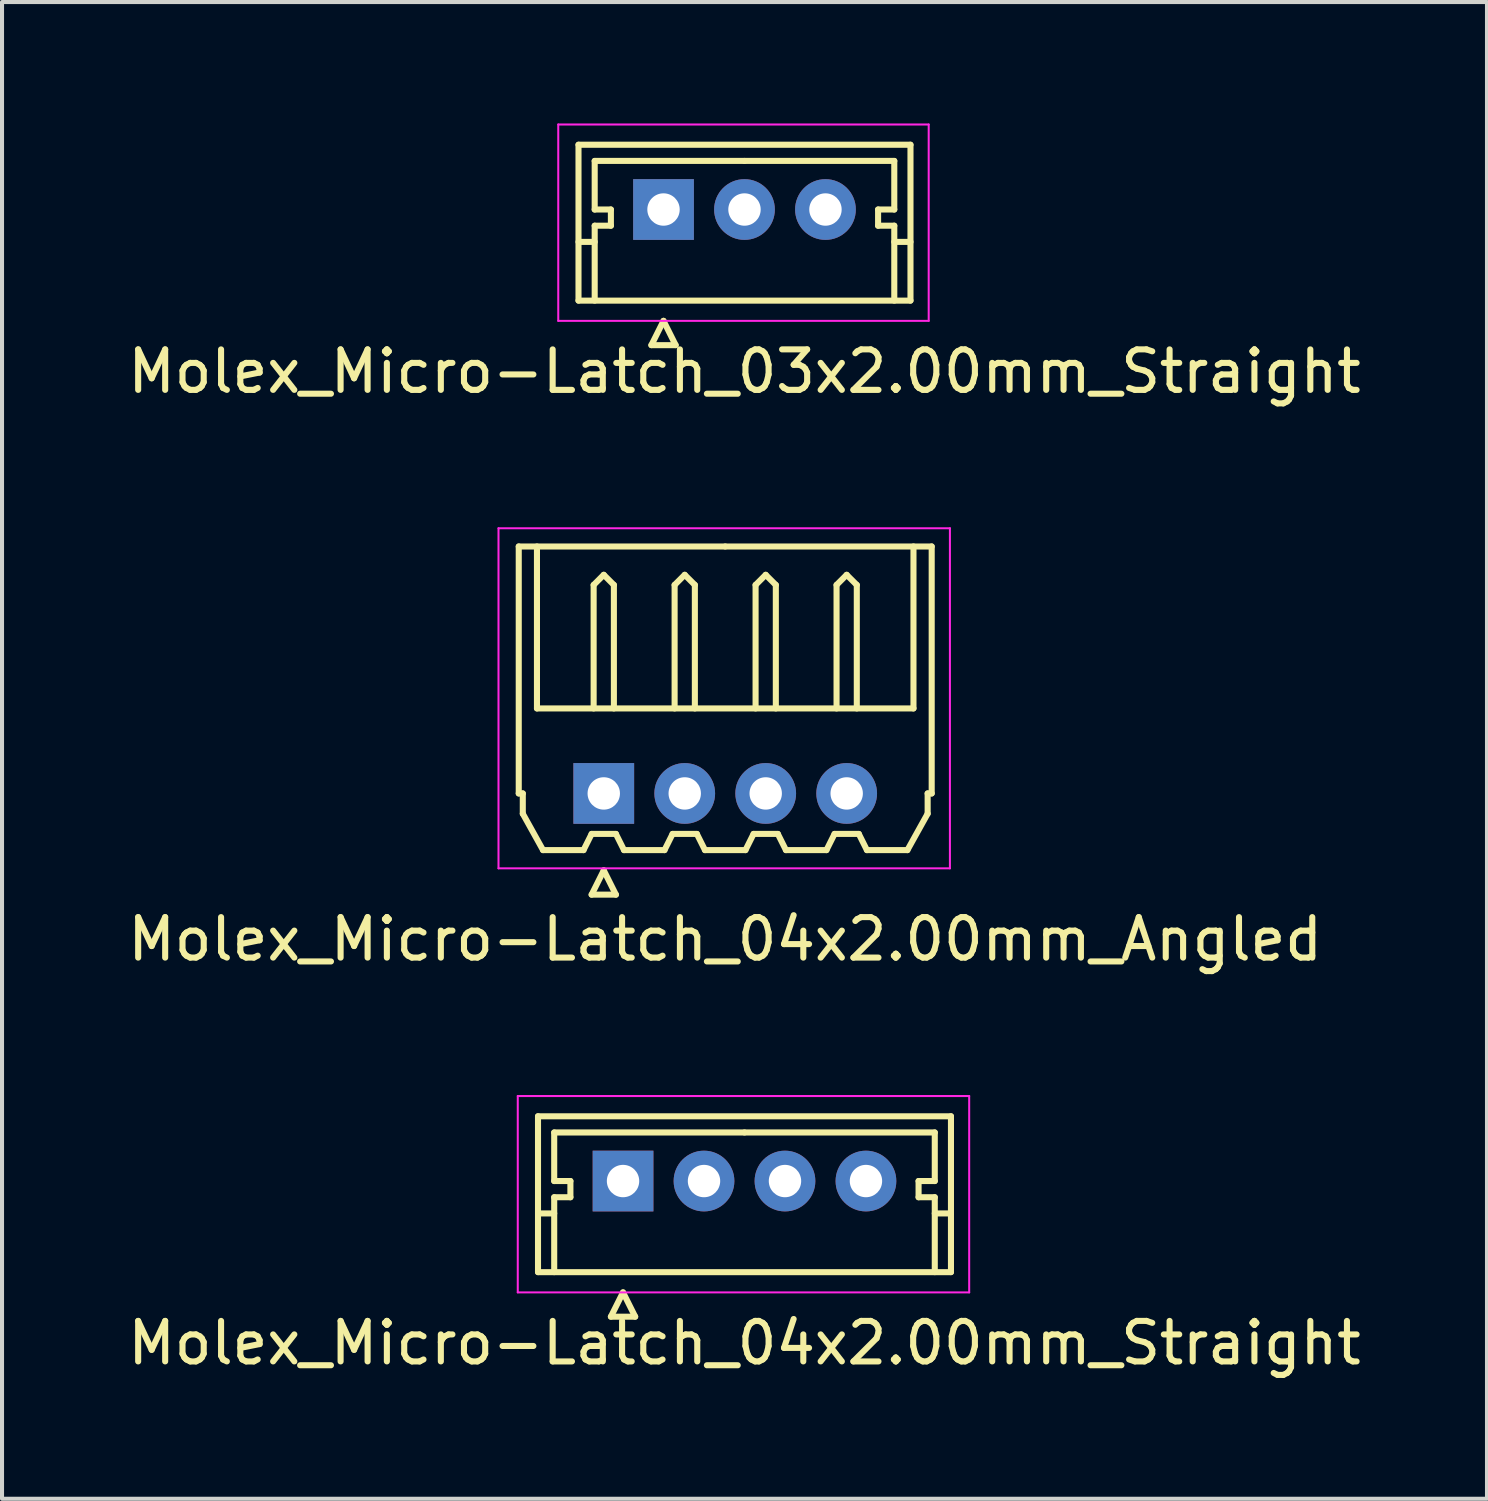
<source format=kicad_pcb>
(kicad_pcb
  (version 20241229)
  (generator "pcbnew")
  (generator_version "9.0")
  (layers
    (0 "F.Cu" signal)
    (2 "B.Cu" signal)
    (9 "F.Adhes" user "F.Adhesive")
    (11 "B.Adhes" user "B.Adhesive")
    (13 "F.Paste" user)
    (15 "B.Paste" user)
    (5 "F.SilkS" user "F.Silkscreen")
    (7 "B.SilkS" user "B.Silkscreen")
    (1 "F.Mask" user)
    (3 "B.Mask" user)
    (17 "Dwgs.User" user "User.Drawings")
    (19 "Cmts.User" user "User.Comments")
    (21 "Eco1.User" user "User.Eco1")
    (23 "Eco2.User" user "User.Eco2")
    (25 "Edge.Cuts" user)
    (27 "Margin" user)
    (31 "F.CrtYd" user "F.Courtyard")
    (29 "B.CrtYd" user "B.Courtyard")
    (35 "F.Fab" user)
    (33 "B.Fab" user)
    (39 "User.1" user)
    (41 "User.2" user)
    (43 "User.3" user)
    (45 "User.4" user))
  (footprint "Molex_Micro-Latch_03x2.00mm_Straight"
    (layer "F.Cu")
    (at 13.339 2.125)
    (property "Reference" "Molex_Micro-Latch_03x2.00mm_Straight" (at 2 4 0) (layer "F.SilkS") (effects (font (size 1 1) (thickness 0.15))))
    (attr through_hole)
    (fp_line (start -2.1 -1.6) (end -2.1 2.25) (stroke (width 0.15) (type solid)) (layer "F.SilkS"))
    (fp_line (start -2.1 0.8) (end -1.7 0.8) (stroke (width 0.15) (type solid)) (layer "F.SilkS"))
    (fp_line (start -2.1 2.25) (end 6.1 2.25) (stroke (width 0.15) (type solid)) (layer "F.SilkS"))
    (fp_line (start -1.7 -1.2) (end -1.7 0) (stroke (width 0.15) (type solid)) (layer "F.SilkS"))
    (fp_line (start -1.7 0) (end -1.3 0) (stroke (width 0.15) (type solid)) (layer "F.SilkS"))
    (fp_line (start -1.7 0.4) (end -1.7 2.25) (stroke (width 0.15) (type solid)) (layer "F.SilkS"))
    (fp_line (start -1.3 0) (end -1.3 0.4) (stroke (width 0.15) (type solid)) (layer "F.SilkS"))
    (fp_line (start -1.3 0.4) (end -1.7 0.4) (stroke (width 0.15) (type solid)) (layer "F.SilkS"))
    (fp_line (start -0.3 3.35) (end 0.3 3.35) (stroke (width 0.15) (type solid)) (layer "F.SilkS"))
    (fp_line (start 0 2.75) (end -0.3 3.35) (stroke (width 0.15) (type solid)) (layer "F.SilkS"))
    (fp_line (start 0.3 3.35) (end 0 2.75) (stroke (width 0.15) (type solid)) (layer "F.SilkS"))
    (fp_line (start 2 -1.2) (end -1.7 -1.2) (stroke (width 0.15) (type solid)) (layer "F.SilkS"))
    (fp_line (start 2 -1.2) (end 5.7 -1.2) (stroke (width 0.15) (type solid)) (layer "F.SilkS"))
    (fp_line (start 5.3 0) (end 5.3 0.4) (stroke (width 0.15) (type solid)) (layer "F.SilkS"))
    (fp_line (start 5.3 0.4) (end 5.7 0.4) (stroke (width 0.15) (type solid)) (layer "F.SilkS"))
    (fp_line (start 5.7 -1.2) (end 5.7 0) (stroke (width 0.15) (type solid)) (layer "F.SilkS"))
    (fp_line (start 5.7 0) (end 5.3 0) (stroke (width 0.15) (type solid)) (layer "F.SilkS"))
    (fp_line (start 5.7 0.4) (end 5.7 2.25) (stroke (width 0.15) (type solid)) (layer "F.SilkS"))
    (fp_line (start 6.1 -1.6) (end -2.1 -1.6) (stroke (width 0.15) (type solid)) (layer "F.SilkS"))
    (fp_line (start 6.1 0.8) (end 5.7 0.8) (stroke (width 0.15) (type solid)) (layer "F.SilkS"))
    (fp_line (start 6.1 2.25) (end 6.1 -1.6) (stroke (width 0.15) (type solid)) (layer "F.SilkS"))
    (fp_line (start -2.6 -2.1) (end -2.6 2.75) (stroke (width 0.05) (type solid)) (layer "F.CrtYd"))
    (fp_line (start -2.6 2.75) (end 6.55 2.75) (stroke (width 0.05) (type solid)) (layer "F.CrtYd"))
    (fp_line (start 6.55 -2.1) (end -2.6 -2.1) (stroke (width 0.05) (type solid)) (layer "F.CrtYd"))
    (fp_line (start 6.55 2.75) (end 6.55 -2.1) (stroke (width 0.05) (type solid)) (layer "F.CrtYd"))
    (pad "1" thru_hole rect (at 0 0) (size 1.5 1.5) (drill 0.8) (layers "*.Cu" "*.Mask"))
    (pad "2" thru_hole circle (at 2 0) (size 1.5 1.5) (drill 0.8) (layers "*.Cu" "*.Mask"))
    (pad "3" thru_hole circle (at 4 0) (size 1.5 1.5) (drill 0.8) (layers "*.Cu" "*.Mask")))
  (footprint "Molex_Micro-Latch_04x2.00mm_Straight"
    (layer "F.Cu")
    (at 12.339 26.122)
    (property "Reference" "Molex_Micro-Latch_04x2.00mm_Straight" (at 3 4 0) (layer "F.SilkS") (effects (font (size 1 1) (thickness 0.15))))
    (attr through_hole)
    (fp_line (start -2.1 -1.6) (end -2.1 2.25) (stroke (width 0.15) (type solid)) (layer "F.SilkS"))
    (fp_line (start -2.1 0.8) (end -1.7 0.8) (stroke (width 0.15) (type solid)) (layer "F.SilkS"))
    (fp_line (start -2.1 2.25) (end 8.1 2.25) (stroke (width 0.15) (type solid)) (layer "F.SilkS"))
    (fp_line (start -1.7 -1.2) (end -1.7 0) (stroke (width 0.15) (type solid)) (layer "F.SilkS"))
    (fp_line (start -1.7 0) (end -1.3 0) (stroke (width 0.15) (type solid)) (layer "F.SilkS"))
    (fp_line (start -1.7 0.4) (end -1.7 2.25) (stroke (width 0.15) (type solid)) (layer "F.SilkS"))
    (fp_line (start -1.3 0) (end -1.3 0.4) (stroke (width 0.15) (type solid)) (layer "F.SilkS"))
    (fp_line (start -1.3 0.4) (end -1.7 0.4) (stroke (width 0.15) (type solid)) (layer "F.SilkS"))
    (fp_line (start -0.3 3.35) (end 0.3 3.35) (stroke (width 0.15) (type solid)) (layer "F.SilkS"))
    (fp_line (start 0 2.75) (end -0.3 3.35) (stroke (width 0.15) (type solid)) (layer "F.SilkS"))
    (fp_line (start 0.3 3.35) (end 0 2.75) (stroke (width 0.15) (type solid)) (layer "F.SilkS"))
    (fp_line (start 3 -1.2) (end -1.7 -1.2) (stroke (width 0.15) (type solid)) (layer "F.SilkS"))
    (fp_line (start 3 -1.2) (end 7.7 -1.2) (stroke (width 0.15) (type solid)) (layer "F.SilkS"))
    (fp_line (start 7.3 0) (end 7.3 0.4) (stroke (width 0.15) (type solid)) (layer "F.SilkS"))
    (fp_line (start 7.3 0.4) (end 7.7 0.4) (stroke (width 0.15) (type solid)) (layer "F.SilkS"))
    (fp_line (start 7.7 -1.2) (end 7.7 0) (stroke (width 0.15) (type solid)) (layer "F.SilkS"))
    (fp_line (start 7.7 0) (end 7.3 0) (stroke (width 0.15) (type solid)) (layer "F.SilkS"))
    (fp_line (start 7.7 0.4) (end 7.7 2.25) (stroke (width 0.15) (type solid)) (layer "F.SilkS"))
    (fp_line (start 8.1 -1.6) (end -2.1 -1.6) (stroke (width 0.15) (type solid)) (layer "F.SilkS"))
    (fp_line (start 8.1 0.8) (end 7.7 0.8) (stroke (width 0.15) (type solid)) (layer "F.SilkS"))
    (fp_line (start 8.1 2.25) (end 8.1 -1.6) (stroke (width 0.15) (type solid)) (layer "F.SilkS"))
    (fp_line (start -2.6 -2.1) (end -2.6 2.75) (stroke (width 0.05) (type solid)) (layer "F.CrtYd"))
    (fp_line (start -2.6 2.75) (end 8.55 2.75) (stroke (width 0.05) (type solid)) (layer "F.CrtYd"))
    (fp_line (start 8.55 -2.1) (end -2.6 -2.1) (stroke (width 0.05) (type solid)) (layer "F.CrtYd"))
    (fp_line (start 8.55 2.75) (end 8.55 -2.1) (stroke (width 0.05) (type solid)) (layer "F.CrtYd"))
    (pad "1" thru_hole rect (at 0 0) (size 1.5 1.5) (drill 0.8) (layers "*.Cu" "*.Mask"))
    (pad "2" thru_hole circle (at 2 0) (size 1.5 1.5) (drill 0.8) (layers "*.Cu" "*.Mask"))
    (pad "3" thru_hole circle (at 4 0) (size 1.5 1.5) (drill 0.8) (layers "*.Cu" "*.Mask"))
    (pad "4" thru_hole circle (at 6 0) (size 1.5 1.5) (drill 0.8) (layers "*.Cu" "*.Mask")))
  (footprint "Molex_Micro-Latch_04x2.00mm_Angled"
    (layer "F.Cu")
    (at 11.863 16.548)
    (property "Reference" "Molex_Micro-Latch_04x2.00mm_Angled" (at 3 3.6 0) (layer "F.SilkS") (effects (font (size 1 1) (thickness 0.15))))
    (attr through_hole)
    (fp_line (start -2.1 -6.1) (end 3 -6.1) (stroke (width 0.15) (type solid)) (layer "F.SilkS"))
    (fp_line (start -2.1 0) (end -2.1 -6.1) (stroke (width 0.15) (type solid)) (layer "F.SilkS"))
    (fp_line (start -2 0) (end -2.1 0) (stroke (width 0.15) (type solid)) (layer "F.SilkS"))
    (fp_line (start -2 0.5) (end -2 0) (stroke (width 0.15) (type solid)) (layer "F.SilkS"))
    (fp_line (start -1.65 -6.1) (end -1.65 -2.1) (stroke (width 0.15) (type solid)) (layer "F.SilkS"))
    (fp_line (start -1.65 -2.1) (end 7.65 -2.1) (stroke (width 0.15) (type solid)) (layer "F.SilkS"))
    (fp_line (start -1.5 1.4) (end -2 0.5) (stroke (width 0.15) (type solid)) (layer "F.SilkS"))
    (fp_line (start -0.5 1.4) (end -1.5 1.4) (stroke (width 0.15) (type solid)) (layer "F.SilkS"))
    (fp_line (start -0.3 1) (end -0.5 1.4) (stroke (width 0.15) (type solid)) (layer "F.SilkS"))
    (fp_line (start -0.3 1) (end 0.3 1) (stroke (width 0.15) (type solid)) (layer "F.SilkS"))
    (fp_line (start -0.3 2.5) (end 0.3 2.5) (stroke (width 0.15) (type solid)) (layer "F.SilkS"))
    (fp_line (start -0.25 -5.15) (end 0 -5.4) (stroke (width 0.15) (type solid)) (layer "F.SilkS"))
    (fp_line (start -0.25 -2.1) (end -0.25 -5.15) (stroke (width 0.15) (type solid)) (layer "F.SilkS"))
    (fp_line (start 0 -5.4) (end 0.25 -5.15) (stroke (width 0.15) (type solid)) (layer "F.SilkS"))
    (fp_line (start 0 1.9) (end -0.3 2.5) (stroke (width 0.15) (type solid)) (layer "F.SilkS"))
    (fp_line (start 0.25 -5.15) (end 0.25 -2.1) (stroke (width 0.15) (type solid)) (layer "F.SilkS"))
    (fp_line (start 0.3 1) (end 0.5 1.4) (stroke (width 0.15) (type solid)) (layer "F.SilkS"))
    (fp_line (start 0.3 2.5) (end 0 1.9) (stroke (width 0.15) (type solid)) (layer "F.SilkS"))
    (fp_line (start 0.5 1.4) (end 1.5 1.4) (stroke (width 0.15) (type solid)) (layer "F.SilkS"))
    (fp_line (start 1.5 1.4) (end 1.7 1) (stroke (width 0.15) (type solid)) (layer "F.SilkS"))
    (fp_line (start 1.7 1) (end 2.3 1) (stroke (width 0.15) (type solid)) (layer "F.SilkS"))
    (fp_line (start 1.75 -5.15) (end 2 -5.4) (stroke (width 0.15) (type solid)) (layer "F.SilkS"))
    (fp_line (start 1.75 -2.1) (end 1.75 -5.15) (stroke (width 0.15) (type solid)) (layer "F.SilkS"))
    (fp_line (start 2 -5.4) (end 2.25 -5.15) (stroke (width 0.15) (type solid)) (layer "F.SilkS"))
    (fp_line (start 2.25 -5.15) (end 2.25 -2.1) (stroke (width 0.15) (type solid)) (layer "F.SilkS"))
    (fp_line (start 2.3 1) (end 2.5 1.4) (stroke (width 0.15) (type solid)) (layer "F.SilkS"))
    (fp_line (start 2.5 1.4) (end 3.5 1.4) (stroke (width 0.15) (type solid)) (layer "F.SilkS"))
    (fp_line (start 3.5 1.4) (end 3.7 1) (stroke (width 0.15) (type solid)) (layer "F.SilkS"))
    (fp_line (start 3.7 1) (end 4.3 1) (stroke (width 0.15) (type solid)) (layer "F.SilkS"))
    (fp_line (start 3.75 -5.15) (end 4 -5.4) (stroke (width 0.15) (type solid)) (layer "F.SilkS"))
    (fp_line (start 3.75 -2.1) (end 3.75 -5.15) (stroke (width 0.15) (type solid)) (layer "F.SilkS"))
    (fp_line (start 4 -5.4) (end 4.25 -5.15) (stroke (width 0.15) (type solid)) (layer "F.SilkS"))
    (fp_line (start 4.25 -5.15) (end 4.25 -2.1) (stroke (width 0.15) (type solid)) (layer "F.SilkS"))
    (fp_line (start 4.3 1) (end 4.5 1.4) (stroke (width 0.15) (type solid)) (layer "F.SilkS"))
    (fp_line (start 4.5 1.4) (end 5.5 1.4) (stroke (width 0.15) (type solid)) (layer "F.SilkS"))
    (fp_line (start 5.5 1.4) (end 5.7 1) (stroke (width 0.15) (type solid)) (layer "F.SilkS"))
    (fp_line (start 5.7 1) (end 6.3 1) (stroke (width 0.15) (type solid)) (layer "F.SilkS"))
    (fp_line (start 5.75 -5.15) (end 6 -5.4) (stroke (width 0.15) (type solid)) (layer "F.SilkS"))
    (fp_line (start 5.75 -2.1) (end 5.75 -5.15) (stroke (width 0.15) (type solid)) (layer "F.SilkS"))
    (fp_line (start 6 -5.4) (end 6.25 -5.15) (stroke (width 0.15) (type solid)) (layer "F.SilkS"))
    (fp_line (start 6.25 -5.15) (end 6.25 -2.1) (stroke (width 0.15) (type solid)) (layer "F.SilkS"))
    (fp_line (start 6.3 1) (end 6.5 1.4) (stroke (width 0.15) (type solid)) (layer "F.SilkS"))
    (fp_line (start 6.5 1.4) (end 7.5 1.4) (stroke (width 0.15) (type solid)) (layer "F.SilkS"))
    (fp_line (start 7.5 1.4) (end 8 0.5) (stroke (width 0.15) (type solid)) (layer "F.SilkS"))
    (fp_line (start 7.65 -2.1) (end 7.65 -6.1) (stroke (width 0.15) (type solid)) (layer "F.SilkS"))
    (fp_line (start 8 0) (end 8.1 0) (stroke (width 0.15) (type solid)) (layer "F.SilkS"))
    (fp_line (start 8 0.5) (end 8 0) (stroke (width 0.15) (type solid)) (layer "F.SilkS"))
    (fp_line (start 8.1 -6.1) (end 3 -6.1) (stroke (width 0.15) (type solid)) (layer "F.SilkS"))
    (fp_line (start 8.1 0) (end 8.1 -6.1) (stroke (width 0.15) (type solid)) (layer "F.SilkS"))
    (fp_line (start -2.6 -6.55) (end -2.6 1.85) (stroke (width 0.05) (type solid)) (layer "F.CrtYd"))
    (fp_line (start -2.6 1.85) (end 8.55 1.85) (stroke (width 0.05) (type solid)) (layer "F.CrtYd"))
    (fp_line (start 8.55 -6.55) (end -2.6 -6.55) (stroke (width 0.05) (type solid)) (layer "F.CrtYd"))
    (fp_line (start 8.55 1.85) (end 8.55 -6.55) (stroke (width 0.05) (type solid)) (layer "F.CrtYd"))
    (pad "1" thru_hole rect (at 0 0) (size 1.5 1.5) (drill 0.8) (layers "*.Cu" "*.Mask"))
    (pad "2" thru_hole circle (at 2 0) (size 1.5 1.5) (drill 0.8) (layers "*.Cu" "*.Mask"))
    (pad "3" thru_hole circle (at 4 0) (size 1.5 1.5) (drill 0.8) (layers "*.Cu" "*.Mask"))
    (pad "4" thru_hole circle (at 6 0) (size 1.5 1.5) (drill 0.8) (layers "*.Cu" "*.Mask")))
  (gr_rect
    (start -3 -3)
    (end 33.679 33.97)
    (stroke (width 0.1) (type default))
    (fill no)
    (layer "Edge.Cuts")))
</source>
